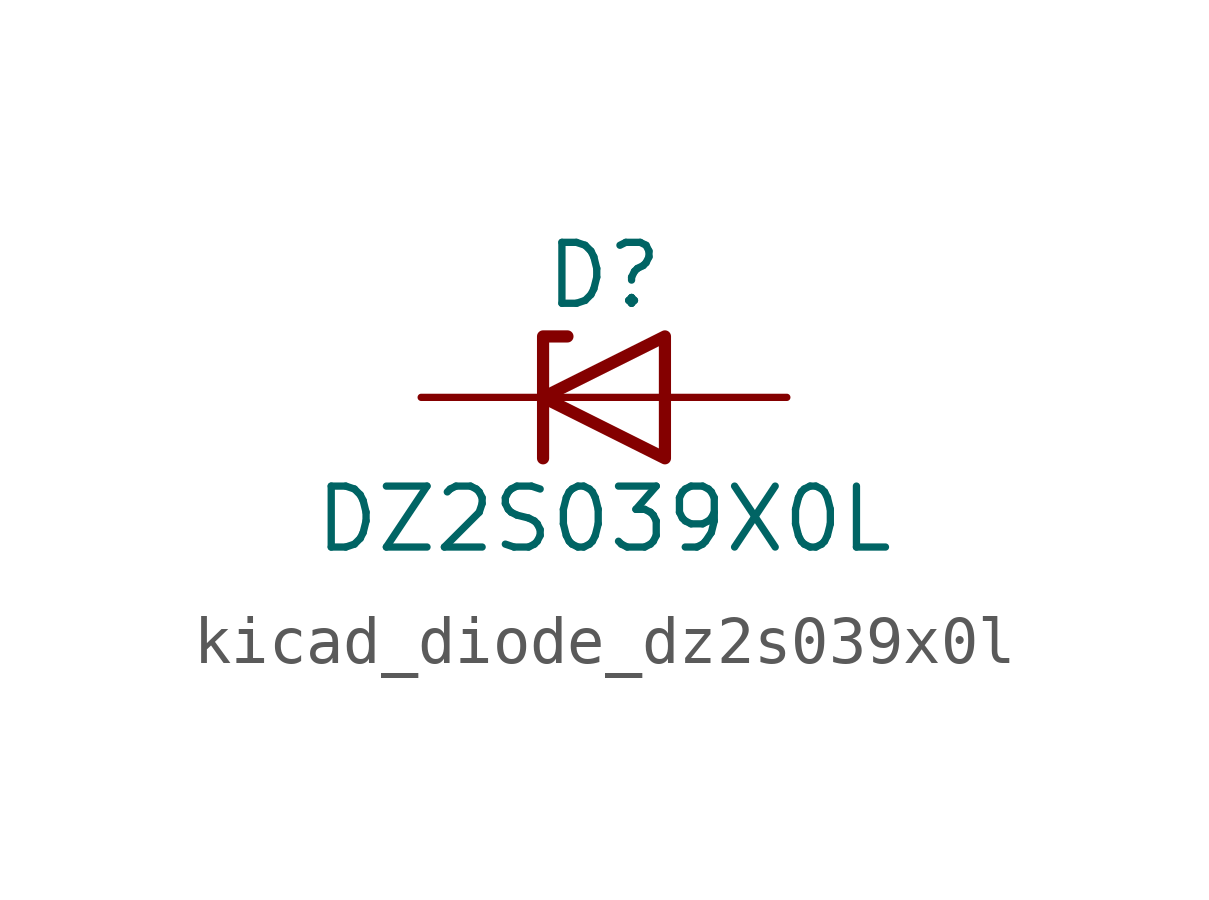
<source format=kicad_sym>
(kicad_symbol_lib
  (version 20220914)
  (generator kicad_symbol_editor)
  (symbol "kicad_diode_dz2s039x0l"
    (pin_numbers hide)
    (pin_names hide)
    (property "Reference" "D"
      (at 0 2.54 0)
      (effects (font (size 1.27 1.27))))
    (property "Value" "DZ2S039X0L"
      (at 0 -2.54 0)
      (effects (font (size 1.27 1.27))))
    (symbol "kicad_diode_dz2s039x0l_0_1"
      (polyline (pts (xy 1.27 0) (xy -1.27 0)) (stroke (width 0) (type default)) (fill (type none)))
      (polyline (pts (xy -1.27 -1.27) (xy -1.27 1.27) (xy -0.762 1.27)) (stroke (width 0.254) (type default)) (fill (type none)))
      (polyline (pts (xy 1.27 -1.27) (xy 1.27 1.27) (xy -1.27 0) (xy 1.27 -1.27)) (stroke (width 0.254) (type default)) (fill (type none))))
    (symbol "kicad_diode_dz2s039x0l_1_1"
      (pin passive line (at -3.81 0 0) (length 2.54) (name "K" (effects (font (size 1.27 1.27)))) (number "1" (effects (font (size 1.27 1.27)))))
      (pin passive line (at 3.81 0 180) (length 2.54) (name "A" (effects (font (size 1.27 1.27)))) (number "2" (effects (font (size 1.27 1.27))))))))
</source>
